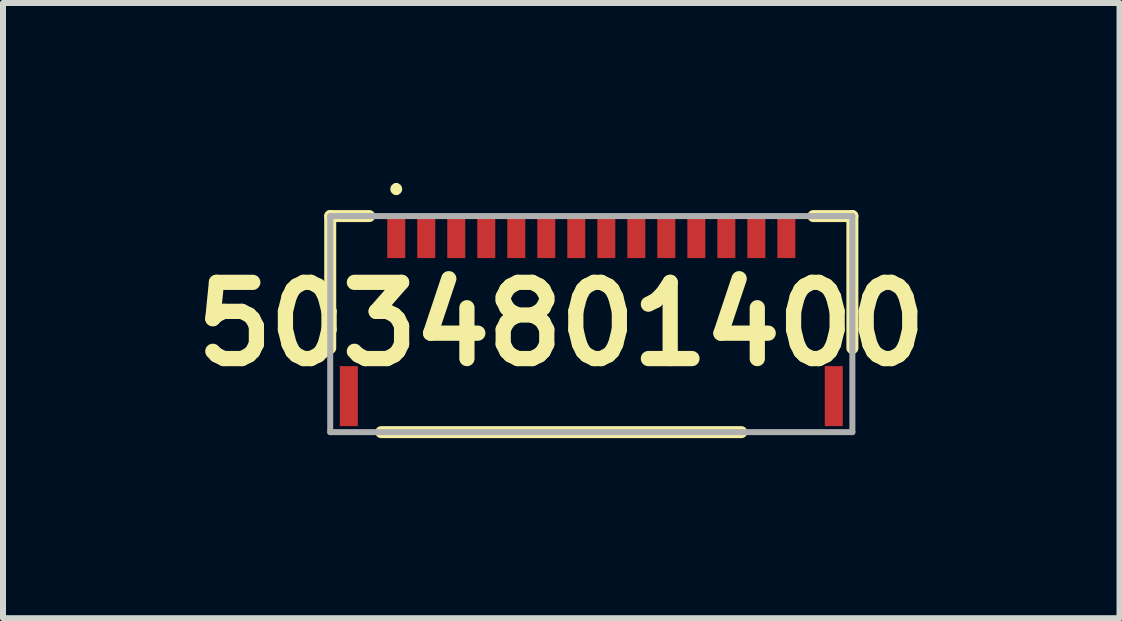
<source format=kicad_pcb>
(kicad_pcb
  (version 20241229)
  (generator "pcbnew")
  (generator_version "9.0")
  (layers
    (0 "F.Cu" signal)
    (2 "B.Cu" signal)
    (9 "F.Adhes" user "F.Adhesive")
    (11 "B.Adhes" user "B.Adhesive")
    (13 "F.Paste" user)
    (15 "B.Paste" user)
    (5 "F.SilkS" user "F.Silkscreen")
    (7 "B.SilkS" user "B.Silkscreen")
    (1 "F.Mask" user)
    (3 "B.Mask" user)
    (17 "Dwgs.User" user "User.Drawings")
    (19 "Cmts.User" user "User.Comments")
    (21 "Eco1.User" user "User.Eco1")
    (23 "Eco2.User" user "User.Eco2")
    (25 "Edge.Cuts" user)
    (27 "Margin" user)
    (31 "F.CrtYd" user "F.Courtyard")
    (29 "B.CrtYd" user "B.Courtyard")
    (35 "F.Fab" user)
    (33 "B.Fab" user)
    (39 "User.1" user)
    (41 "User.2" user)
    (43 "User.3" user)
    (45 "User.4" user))
  (footprint "5034801400"
    (layer "F.Cu")
    (at 6.802 2.35)
    (property "Reference" "5034801400" (at -0.5 0 0) (layer "F.SilkS") (effects (font (size 1.27 1.27) (thickness 0.254))))
    (attr smd)
    (fp_line (start -4.35 -1.8) (end -4.35 0.4) (stroke (width 0.2) (type solid)) (layer "F.SilkS"))
    (fp_line (start -3.7 -1.8) (end -4.35 -1.8) (stroke (width 0.2) (type solid)) (layer "F.SilkS"))
    (fp_line (start -3.5 1.8) (end 2.5 1.8) (stroke (width 0.2) (type solid)) (layer "F.SilkS"))
    (fp_line (start -3.25 -2.3) (end -3.25 -2.3) (stroke (width 0.1) (type solid)) (layer "F.SilkS"))
    (fp_line (start -3.25 -2.2) (end -3.25 -2.2) (stroke (width 0.1) (type solid)) (layer "F.SilkS"))
    (fp_line (start 3.7 -1.8) (end 4.35 -1.8) (stroke (width 0.2) (type solid)) (layer "F.SilkS"))
    (fp_line (start 4.35 -1.8) (end 4.35 0.4) (stroke (width 0.2) (type solid)) (layer "F.SilkS"))
    (fp_arc (start -3.25 -2.3) (mid -3.2 -2.25) (end -3.25 -2.2) (stroke (width 0.1) (type solid)) (layer "F.SilkS"))
    (fp_arc (start -3.25 -2.2) (mid -3.3 -2.25) (end -3.25 -2.3) (stroke (width 0.1) (type solid)) (layer "F.SilkS"))
    (fp_line (start -4.35 -1.8) (end 4.35 -1.8) (stroke (width 0.1) (type solid)) (layer "F.Fab"))
    (fp_line (start -4.35 1.8) (end -4.35 -1.8) (stroke (width 0.1) (type solid)) (layer "F.Fab"))
    (fp_line (start 4.35 -1.8) (end 4.35 1.8) (stroke (width 0.1) (type solid)) (layer "F.Fab"))
    (fp_line (start 4.35 1.8) (end -4.35 1.8) (stroke (width 0.1) (type solid)) (layer "F.Fab"))
    (pad "1" smd rect (at -3.25 -1.45) (size 0.3 0.7) (layers "F.Cu" "F.Mask" "F.Paste"))
    (pad "2" smd rect (at -2.75 -1.45) (size 0.3 0.7) (layers "F.Cu" "F.Mask" "F.Paste"))
    (pad "3" smd rect (at -2.25 -1.45) (size 0.3 0.7) (layers "F.Cu" "F.Mask" "F.Paste"))
    (pad "4" smd rect (at -1.75 -1.45) (size 0.3 0.7) (layers "F.Cu" "F.Mask" "F.Paste"))
    (pad "5" smd rect (at -1.25 -1.45) (size 0.3 0.7) (layers "F.Cu" "F.Mask" "F.Paste"))
    (pad "6" smd rect (at -0.75 -1.45) (size 0.3 0.7) (layers "F.Cu" "F.Mask" "F.Paste"))
    (pad "7" smd rect (at -0.25 -1.45) (size 0.3 0.7) (layers "F.Cu" "F.Mask" "F.Paste"))
    (pad "8" smd rect (at 0.25 -1.45) (size 0.3 0.7) (layers "F.Cu" "F.Mask" "F.Paste"))
    (pad "9" smd rect (at 0.75 -1.45) (size 0.3 0.7) (layers "F.Cu" "F.Mask" "F.Paste"))
    (pad "10" smd rect (at 1.25 -1.45) (size 0.3 0.7) (layers "F.Cu" "F.Mask" "F.Paste"))
    (pad "11" smd rect (at 1.75 -1.45) (size 0.3 0.7) (layers "F.Cu" "F.Mask" "F.Paste"))
    (pad "12" smd rect (at 2.25 -1.45) (size 0.3 0.7) (layers "F.Cu" "F.Mask" "F.Paste"))
    (pad "13" smd rect (at 2.75 -1.45) (size 0.3 0.7) (layers "F.Cu" "F.Mask" "F.Paste"))
    (pad "14" smd rect (at 3.25 -1.45) (size 0.3 0.7) (layers "F.Cu" "F.Mask" "F.Paste"))
    (pad "MP1" smd rect (at -4.04 1.2) (size 0.3 1) (layers "F.Cu" "F.Mask" "F.Paste"))
    (pad "MP2" smd rect (at 4.04 1.2) (size 0.3 1) (layers "F.Cu" "F.Mask" "F.Paste")))
  (gr_rect
    (start -3 -3)
    (end 15.603 7.25)
    (stroke (width 0.1) (type default))
    (fill no)
    (layer "Edge.Cuts")))
</source>
